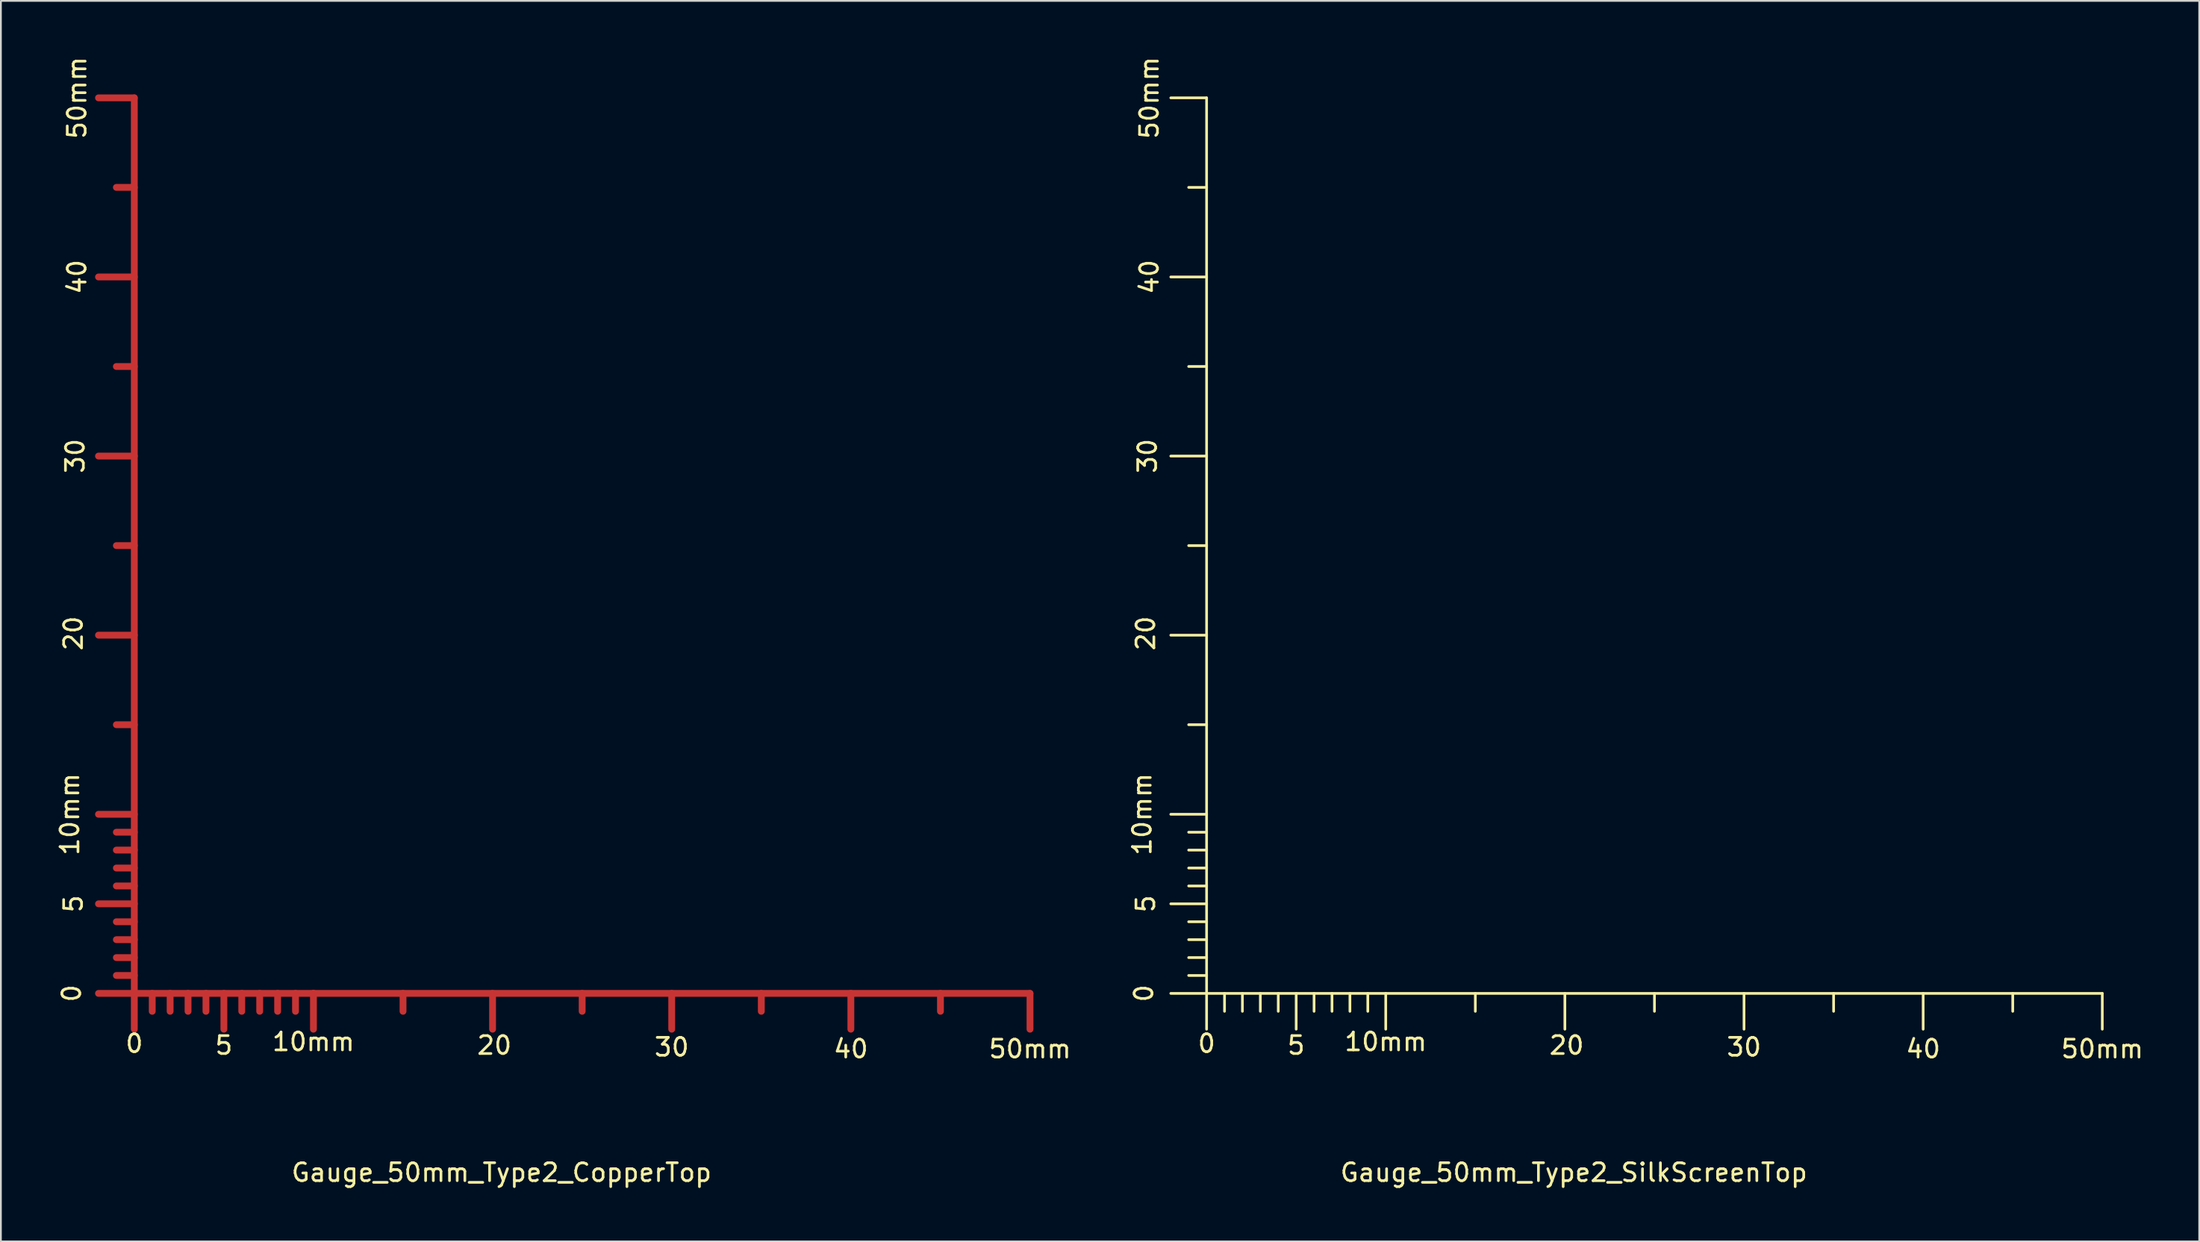
<source format=kicad_pcb>
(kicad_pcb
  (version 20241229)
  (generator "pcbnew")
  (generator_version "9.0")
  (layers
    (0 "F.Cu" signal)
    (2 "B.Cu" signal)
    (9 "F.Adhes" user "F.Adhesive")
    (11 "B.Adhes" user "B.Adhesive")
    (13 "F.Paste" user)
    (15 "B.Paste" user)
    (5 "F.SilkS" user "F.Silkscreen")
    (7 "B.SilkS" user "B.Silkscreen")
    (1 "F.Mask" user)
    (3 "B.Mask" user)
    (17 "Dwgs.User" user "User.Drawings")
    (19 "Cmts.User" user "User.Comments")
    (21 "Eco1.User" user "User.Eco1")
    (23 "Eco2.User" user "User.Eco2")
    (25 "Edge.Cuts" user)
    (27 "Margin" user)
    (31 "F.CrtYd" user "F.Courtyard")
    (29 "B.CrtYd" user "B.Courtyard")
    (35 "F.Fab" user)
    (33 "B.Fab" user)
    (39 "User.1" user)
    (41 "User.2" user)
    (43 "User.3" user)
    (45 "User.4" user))
  (footprint "Gauge_50mm_Type2_CopperTop"
    (layer "F.Cu")
    (at 4.447 52.413)
    (property "Reference" "Gauge_50mm_Type2_CopperTop" (at 20.5 10 0) (layer "F.SilkS") (effects (font (size 1 1) (thickness 0.15))))
    (attr through_hole)
    (fp_line (start 0 -50) (end -1.999 -50) (stroke (width 0.381) (type solid)) (layer "F.Cu"))
    (fp_line (start 0 -45.001) (end -1.001 -45.001) (stroke (width 0.381) (type solid)) (layer "F.Cu"))
    (fp_line (start 0 -40) (end -1.999 -40) (stroke (width 0.381) (type solid)) (layer "F.Cu"))
    (fp_line (start 0 -35.001) (end -1.001 -35.001) (stroke (width 0.381) (type solid)) (layer "F.Cu"))
    (fp_line (start 0 -30) (end -1.999 -30) (stroke (width 0.381) (type solid)) (layer "F.Cu"))
    (fp_line (start 0 -25.001) (end -1.001 -25.001) (stroke (width 0.381) (type solid)) (layer "F.Cu"))
    (fp_line (start 0 -20) (end -1.999 -20) (stroke (width 0.381) (type solid)) (layer "F.Cu"))
    (fp_line (start 0 -15.001) (end -1.001 -15.001) (stroke (width 0.381) (type solid)) (layer "F.Cu"))
    (fp_line (start 0 -10) (end -1.999 -10) (stroke (width 0.381) (type solid)) (layer "F.Cu"))
    (fp_line (start 0 -8.999) (end -1.001 -8.999) (stroke (width 0.381) (type solid)) (layer "F.Cu"))
    (fp_line (start 0 -8.001) (end -1.001 -8.001) (stroke (width 0.381) (type solid)) (layer "F.Cu"))
    (fp_line (start 0 -7) (end -1.001 -7) (stroke (width 0.381) (type solid)) (layer "F.Cu"))
    (fp_line (start 0 -5.999) (end -1.001 -5.999) (stroke (width 0.381) (type solid)) (layer "F.Cu"))
    (fp_line (start 0 -5.001) (end -1.999 -5.001) (stroke (width 0.381) (type solid)) (layer "F.Cu"))
    (fp_line (start 0 -4) (end -1.001 -4) (stroke (width 0.381) (type solid)) (layer "F.Cu"))
    (fp_line (start 0 -3) (end -1.001 -3) (stroke (width 0.381) (type solid)) (layer "F.Cu"))
    (fp_line (start 0 -1.999) (end -1.001 -1.999) (stroke (width 0.381) (type solid)) (layer "F.Cu"))
    (fp_line (start 0 -1.001) (end -1.001 -1.001) (stroke (width 0.381) (type solid)) (layer "F.Cu"))
    (fp_line (start 0 0) (end -1.999 0) (stroke (width 0.381) (type solid)) (layer "F.Cu"))
    (fp_line (start 0 0) (end 0 -50) (stroke (width 0.381) (type solid)) (layer "F.Cu"))
    (fp_line (start 0 0) (end 0 1.999) (stroke (width 0.381) (type solid)) (layer "F.Cu"))
    (fp_line (start 0 0) (end 10 0) (stroke (width 0.381) (type solid)) (layer "F.Cu"))
    (fp_line (start 1.001 0) (end 1.001 1.001) (stroke (width 0.381) (type solid)) (layer "F.Cu"))
    (fp_line (start 1.999 0) (end 1.999 1.001) (stroke (width 0.381) (type solid)) (layer "F.Cu"))
    (fp_line (start 3 0) (end 3 1.001) (stroke (width 0.381) (type solid)) (layer "F.Cu"))
    (fp_line (start 4 0) (end 4 1.001) (stroke (width 0.381) (type solid)) (layer "F.Cu"))
    (fp_line (start 5.001 0) (end 5.001 1.999) (stroke (width 0.381) (type solid)) (layer "F.Cu"))
    (fp_line (start 5.999 0) (end 5.999 1.001) (stroke (width 0.381) (type solid)) (layer "F.Cu"))
    (fp_line (start 7 0) (end 7 1.001) (stroke (width 0.381) (type solid)) (layer "F.Cu"))
    (fp_line (start 8.001 0) (end 8.001 1.001) (stroke (width 0.381) (type solid)) (layer "F.Cu"))
    (fp_line (start 8.999 0) (end 8.999 1.001) (stroke (width 0.381) (type solid)) (layer "F.Cu"))
    (fp_line (start 10 0) (end 10 1.999) (stroke (width 0.381) (type solid)) (layer "F.Cu"))
    (fp_line (start 10 0) (end 50 0) (stroke (width 0.381) (type solid)) (layer "F.Cu"))
    (fp_line (start 15.001 0) (end 15.001 1.001) (stroke (width 0.381) (type solid)) (layer "F.Cu"))
    (fp_line (start 20 0) (end 20 1.999) (stroke (width 0.381) (type solid)) (layer "F.Cu"))
    (fp_line (start 25.001 0) (end 25.001 1.001) (stroke (width 0.381) (type solid)) (layer "F.Cu"))
    (fp_line (start 30 0) (end 30 1.999) (stroke (width 0.381) (type solid)) (layer "F.Cu"))
    (fp_line (start 35.001 0) (end 35.001 1.001) (stroke (width 0.381) (type solid)) (layer "F.Cu"))
    (fp_line (start 40 0) (end 40 1.999) (stroke (width 0.381) (type solid)) (layer "F.Cu"))
    (fp_line (start 45.001 0) (end 45.001 1.001) (stroke (width 0.381) (type solid)) (layer "F.Cu"))
    (fp_line (start 50 0) (end 50 1.999) (stroke (width 0.381) (type solid)) (layer "F.Cu"))
    (fp_text user "5" (at 4.999 2.901 0) (layer "F.SilkS") (effects (font (size 1 1) (thickness 0.15))))
    (fp_text user "40" (at -3.198 -40.002 90) (layer "F.SilkS") (effects (font (size 1 1) (thickness 0.15))))
    (fp_text user "0" (at 0 2.799 0) (layer "F.SilkS") (effects (font (size 1 1) (thickness 0.15))))
    (fp_text user "50mm" (at 50 3.101 0) (layer "F.SilkS") (effects (font (size 1 1) (thickness 0.15))))
    (fp_text user "20" (at 20.099 2.901 0) (layer "F.SilkS") (effects (font (size 1 1) (thickness 0.15))))
    (fp_text user "0" (at -3.5 -0.003 90) (layer "F.SilkS") (effects (font (size 1 1) (thickness 0.15))))
    (fp_text user "10mm" (at -3.599 -10.003 90) (layer "F.SilkS") (effects (font (size 1 1) (thickness 0.15))))
    (fp_text user "40" (at 40 3.101 0) (layer "F.SilkS") (effects (font (size 1 1) (thickness 0.15))))
    (fp_text user "20" (at -3.399 -20.102 90) (layer "F.SilkS") (effects (font (size 1 1) (thickness 0.15))))
    (fp_text user "30" (at -3.299 -30.002 90) (layer "F.SilkS") (effects (font (size 1 1) (thickness 0.15))))
    (fp_text user "50mm" (at -3.198 -50.002 90) (layer "F.SilkS") (effects (font (size 1 1) (thickness 0.15))))
    (fp_text user "10mm" (at 10 2.7 0) (layer "F.SilkS") (effects (font (size 1 1) (thickness 0.15))))
    (fp_text user "30" (at 30 3 0) (layer "F.SilkS") (effects (font (size 1 1) (thickness 0.15))))
    (fp_text user "5" (at -3.399 -5.001 90) (layer "F.SilkS") (effects (font (size 1 1) (thickness 0.15)))))
  (footprint "Gauge_50mm_Type2_SilkScreenTop"
    (layer "F.Cu")
    (at 64.305 52.413)
    (property "Reference" "Gauge_50mm_Type2_SilkScreenTop" (at 20.5 10 0) (layer "F.SilkS") (effects (font (size 1 1) (thickness 0.15))))
    (attr through_hole)
    (fp_line (start 0 -50) (end -1.999 -50) (stroke (width 0.15) (type solid)) (layer "F.SilkS"))
    (fp_line (start 0 -45.001) (end -1.001 -45.001) (stroke (width 0.15) (type solid)) (layer "F.SilkS"))
    (fp_line (start 0 -40) (end -1.999 -40) (stroke (width 0.15) (type solid)) (layer "F.SilkS"))
    (fp_line (start 0 -35.001) (end -1.001 -35.001) (stroke (width 0.15) (type solid)) (layer "F.SilkS"))
    (fp_line (start 0 -30) (end -1.999 -30) (stroke (width 0.15) (type solid)) (layer "F.SilkS"))
    (fp_line (start 0 -25.001) (end -1.001 -25.001) (stroke (width 0.15) (type solid)) (layer "F.SilkS"))
    (fp_line (start 0 -20) (end -1.999 -20) (stroke (width 0.15) (type solid)) (layer "F.SilkS"))
    (fp_line (start 0 -15.001) (end -1.001 -15.001) (stroke (width 0.15) (type solid)) (layer "F.SilkS"))
    (fp_line (start 0 -10) (end -1.999 -10) (stroke (width 0.15) (type solid)) (layer "F.SilkS"))
    (fp_line (start 0 -8.999) (end -1.001 -8.999) (stroke (width 0.15) (type solid)) (layer "F.SilkS"))
    (fp_line (start 0 -8.001) (end -1.001 -8.001) (stroke (width 0.15) (type solid)) (layer "F.SilkS"))
    (fp_line (start 0 -7) (end -1.001 -7) (stroke (width 0.15) (type solid)) (layer "F.SilkS"))
    (fp_line (start 0 -5.999) (end -1.001 -5.999) (stroke (width 0.15) (type solid)) (layer "F.SilkS"))
    (fp_line (start 0 -5.001) (end -1.999 -5.001) (stroke (width 0.15) (type solid)) (layer "F.SilkS"))
    (fp_line (start 0 -4) (end -1.001 -4) (stroke (width 0.15) (type solid)) (layer "F.SilkS"))
    (fp_line (start 0 -3) (end -1.001 -3) (stroke (width 0.15) (type solid)) (layer "F.SilkS"))
    (fp_line (start 0 -1.999) (end -1.001 -1.999) (stroke (width 0.15) (type solid)) (layer "F.SilkS"))
    (fp_line (start 0 -1.001) (end -1.001 -1.001) (stroke (width 0.15) (type solid)) (layer "F.SilkS"))
    (fp_line (start 0 0) (end -1.999 0) (stroke (width 0.15) (type solid)) (layer "F.SilkS"))
    (fp_line (start 0 0) (end 0 -50) (stroke (width 0.15) (type solid)) (layer "F.SilkS"))
    (fp_line (start 0 0) (end 0 1.999) (stroke (width 0.15) (type solid)) (layer "F.SilkS"))
    (fp_line (start 0 0) (end 10 0) (stroke (width 0.15) (type solid)) (layer "F.SilkS"))
    (fp_line (start 1.001 0) (end 1.001 1.001) (stroke (width 0.15) (type solid)) (layer "F.SilkS"))
    (fp_line (start 1.999 0) (end 1.999 1.001) (stroke (width 0.15) (type solid)) (layer "F.SilkS"))
    (fp_line (start 3 0) (end 3 1.001) (stroke (width 0.15) (type solid)) (layer "F.SilkS"))
    (fp_line (start 4 0) (end 4 1.001) (stroke (width 0.15) (type solid)) (layer "F.SilkS"))
    (fp_line (start 5.001 0) (end 5.001 1.999) (stroke (width 0.15) (type solid)) (layer "F.SilkS"))
    (fp_line (start 5.999 0) (end 5.999 1.001) (stroke (width 0.15) (type solid)) (layer "F.SilkS"))
    (fp_line (start 7 0) (end 7 1.001) (stroke (width 0.15) (type solid)) (layer "F.SilkS"))
    (fp_line (start 8.001 0) (end 8.001 1.001) (stroke (width 0.15) (type solid)) (layer "F.SilkS"))
    (fp_line (start 8.999 0) (end 8.999 1.001) (stroke (width 0.15) (type solid)) (layer "F.SilkS"))
    (fp_line (start 10 0) (end 10 1.999) (stroke (width 0.15) (type solid)) (layer "F.SilkS"))
    (fp_line (start 10 0) (end 50 0) (stroke (width 0.15) (type solid)) (layer "F.SilkS"))
    (fp_line (start 15.001 0) (end 15.001 1.001) (stroke (width 0.15) (type solid)) (layer "F.SilkS"))
    (fp_line (start 20 0) (end 20 1.999) (stroke (width 0.15) (type solid)) (layer "F.SilkS"))
    (fp_line (start 25.001 0) (end 25.001 1.001) (stroke (width 0.15) (type solid)) (layer "F.SilkS"))
    (fp_line (start 30 0) (end 30 1.999) (stroke (width 0.15) (type solid)) (layer "F.SilkS"))
    (fp_line (start 35.001 0) (end 35.001 1.001) (stroke (width 0.15) (type solid)) (layer "F.SilkS"))
    (fp_line (start 40 0) (end 40 1.999) (stroke (width 0.15) (type solid)) (layer "F.SilkS"))
    (fp_line (start 45.001 0) (end 45.001 1.001) (stroke (width 0.15) (type solid)) (layer "F.SilkS"))
    (fp_line (start 50 0) (end 50 1.999) (stroke (width 0.15) (type solid)) (layer "F.SilkS"))
    (fp_text user "20" (at -3.399 -20.102 90) (layer "F.SilkS") (effects (font (size 1 1) (thickness 0.15))))
    (fp_text user "0" (at 0 2.799 0) (layer "F.SilkS") (effects (font (size 1 1) (thickness 0.15))))
    (fp_text user "10mm" (at -3.599 -10.003 90) (layer "F.SilkS") (effects (font (size 1 1) (thickness 0.15))))
    (fp_text user "30" (at 30 3 0) (layer "F.SilkS") (effects (font (size 1 1) (thickness 0.15))))
    (fp_text user "0" (at -3.5 -0.003 90) (layer "F.SilkS") (effects (font (size 1 1) (thickness 0.15))))
    (fp_text user "50mm" (at -3.198 -50.002 90) (layer "F.SilkS") (effects (font (size 1 1) (thickness 0.15))))
    (fp_text user "20" (at 20.099 2.901 0) (layer "F.SilkS") (effects (font (size 1 1) (thickness 0.15))))
    (fp_text user "50mm" (at 50 3.101 0) (layer "F.SilkS") (effects (font (size 1 1) (thickness 0.15))))
    (fp_text user "5" (at -3.399 -5.001 90) (layer "F.SilkS") (effects (font (size 1 1) (thickness 0.15))))
    (fp_text user "30" (at -3.299 -30.002 90) (layer "F.SilkS") (effects (font (size 1 1) (thickness 0.15))))
    (fp_text user "5" (at 4.999 2.901 0) (layer "F.SilkS") (effects (font (size 1 1) (thickness 0.15))))
    (fp_text user "40" (at -3.198 -40.002 90) (layer "F.SilkS") (effects (font (size 1 1) (thickness 0.15))))
    (fp_text user "40" (at 40 3.101 0) (layer "F.SilkS") (effects (font (size 1 1) (thickness 0.15))))
    (fp_text user "10mm" (at 10 2.7 0) (layer "F.SilkS") (effects (font (size 1 1) (thickness 0.15)))))
  (gr_rect
    (start -3 -3)
    (end 119.716 66.261)
    (stroke (width 0.1) (type default))
    (fill no)
    (layer "Edge.Cuts")))
</source>
